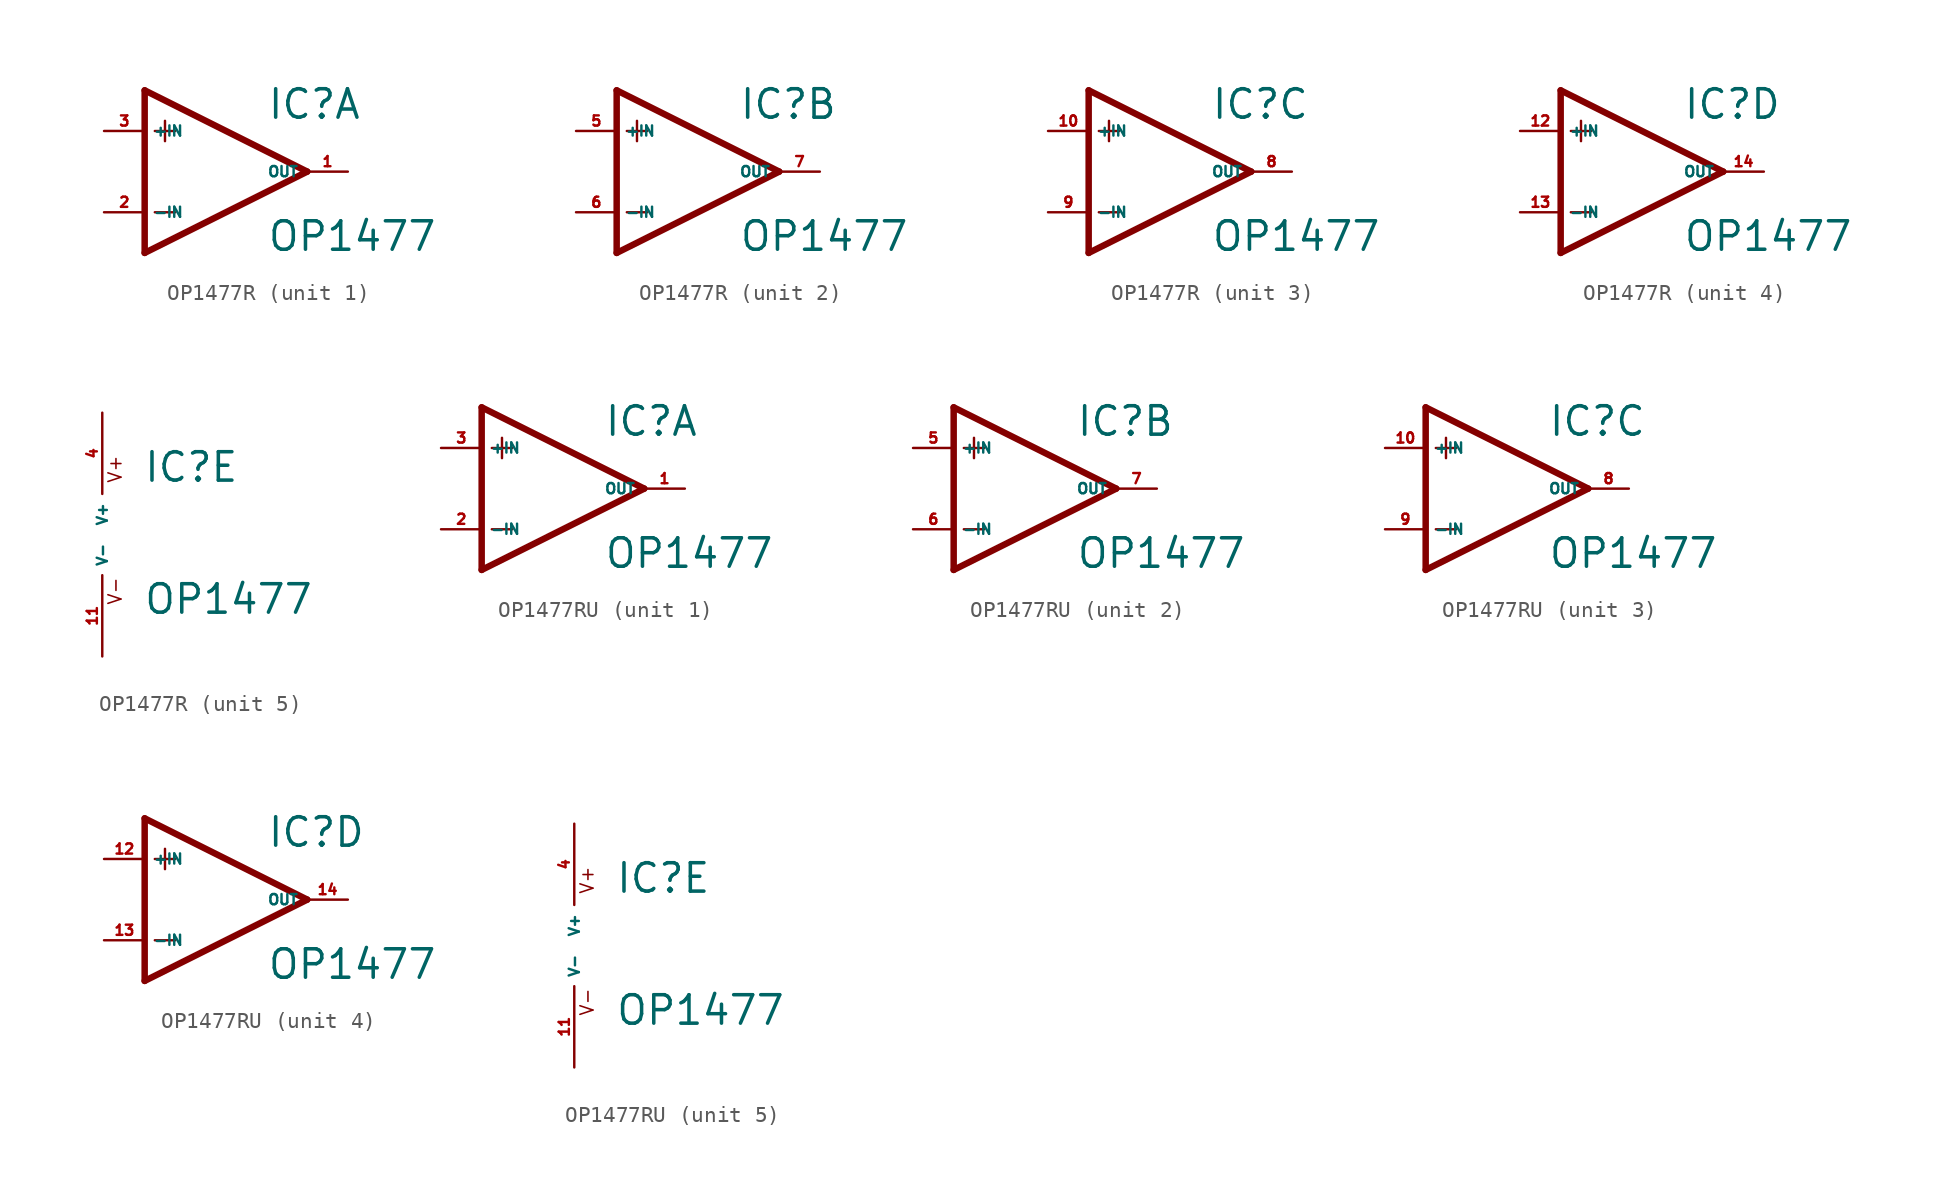
<source format=kicad_sym>
(kicad_symbol_lib
  (version 20220914)
  (generator Eagle2Kicad)
  (symbol "OP1477R"
    (property "Reference" "IC"
      (at 2.54 3.175 0)
      (effects (font (size 1.778 1.778) (thickness 0.22)) (justify left bottom)))
    (property "Value" "OP1477"
      (at 2.54 -5.08 0)
      (effects (font (size 1.778 1.778) (thickness 0.22)) (justify left bottom)))
    (symbol "OP1477R_1_0"
      (polyline (pts (xy -5.08 5.08) (xy -5.08 -5.08)) (stroke (width 0.406) (type default)) (fill (type none)))
      (polyline (pts (xy -5.08 -5.08) (xy 5.08 0)) (stroke (width 0.406) (type default)) (fill (type none)))
      (polyline (pts (xy 5.08 0) (xy -5.08 5.08)) (stroke (width 0.406) (type default)) (fill (type none)))
      (polyline (pts (xy -3.81 3.175) (xy -3.81 1.905)) (stroke (width 0.152) (type default)) (fill (type none)))
      (polyline (pts (xy -4.445 2.54) (xy -3.175 2.54)) (stroke (width 0.152) (type default)) (fill (type none)))
      (polyline (pts (xy -4.445 -2.54) (xy -3.175 -2.54)) (stroke (width 0.152) (type default)) (fill (type none)))
      (pin input line (at -7.62 -2.54 0) (length 2.54) (name "-IN" (effects (font (size 0.635 0.635) (thickness 0.08)) (justify left bottom))) (number "2" (effects (font (size 0.635 0.635) (thickness 0.08)) (justify left bottom))))
      (pin input line (at -7.62 2.54 0) (length 2.54) (name "+IN" (effects (font (size 0.635 0.635) (thickness 0.08)) (justify left bottom))) (number "3" (effects (font (size 0.635 0.635) (thickness 0.08)) (justify left bottom))))
      (pin output line (at 7.62 0 180) (length 2.54) (name "OUT" (effects (font (size 0.635 0.635) (thickness 0.08)) (justify left bottom))) (number "1" (effects (font (size 0.635 0.635) (thickness 0.08)) (justify left bottom)))))
    (symbol "OP1477R_2_0"
      (polyline (pts (xy -5.08 5.08) (xy -5.08 -5.08)) (stroke (width 0.406) (type default)) (fill (type none)))
      (polyline (pts (xy -5.08 -5.08) (xy 5.08 0)) (stroke (width 0.406) (type default)) (fill (type none)))
      (polyline (pts (xy 5.08 0) (xy -5.08 5.08)) (stroke (width 0.406) (type default)) (fill (type none)))
      (polyline (pts (xy -3.81 3.175) (xy -3.81 1.905)) (stroke (width 0.152) (type default)) (fill (type none)))
      (polyline (pts (xy -4.445 2.54) (xy -3.175 2.54)) (stroke (width 0.152) (type default)) (fill (type none)))
      (polyline (pts (xy -4.445 -2.54) (xy -3.175 -2.54)) (stroke (width 0.152) (type default)) (fill (type none)))
      (pin input line (at -7.62 -2.54 0) (length 2.54) (name "-IN" (effects (font (size 0.635 0.635) (thickness 0.08)) (justify left bottom))) (number "6" (effects (font (size 0.635 0.635) (thickness 0.08)) (justify left bottom))))
      (pin input line (at -7.62 2.54 0) (length 2.54) (name "+IN" (effects (font (size 0.635 0.635) (thickness 0.08)) (justify left bottom))) (number "5" (effects (font (size 0.635 0.635) (thickness 0.08)) (justify left bottom))))
      (pin output line (at 7.62 0 180) (length 2.54) (name "OUT" (effects (font (size 0.635 0.635) (thickness 0.08)) (justify left bottom))) (number "7" (effects (font (size 0.635 0.635) (thickness 0.08)) (justify left bottom)))))
    (symbol "OP1477R_3_0"
      (polyline (pts (xy -5.08 5.08) (xy -5.08 -5.08)) (stroke (width 0.406) (type default)) (fill (type none)))
      (polyline (pts (xy -5.08 -5.08) (xy 5.08 0)) (stroke (width 0.406) (type default)) (fill (type none)))
      (polyline (pts (xy 5.08 0) (xy -5.08 5.08)) (stroke (width 0.406) (type default)) (fill (type none)))
      (polyline (pts (xy -3.81 3.175) (xy -3.81 1.905)) (stroke (width 0.152) (type default)) (fill (type none)))
      (polyline (pts (xy -4.445 2.54) (xy -3.175 2.54)) (stroke (width 0.152) (type default)) (fill (type none)))
      (polyline (pts (xy -4.445 -2.54) (xy -3.175 -2.54)) (stroke (width 0.152) (type default)) (fill (type none)))
      (pin input line (at -7.62 -2.54 0) (length 2.54) (name "-IN" (effects (font (size 0.635 0.635) (thickness 0.08)) (justify left bottom))) (number "9" (effects (font (size 0.635 0.635) (thickness 0.08)) (justify left bottom))))
      (pin input line (at -7.62 2.54 0) (length 2.54) (name "+IN" (effects (font (size 0.635 0.635) (thickness 0.08)) (justify left bottom))) (number "10" (effects (font (size 0.635 0.635) (thickness 0.08)) (justify left bottom))))
      (pin output line (at 7.62 0 180) (length 2.54) (name "OUT" (effects (font (size 0.635 0.635) (thickness 0.08)) (justify left bottom))) (number "8" (effects (font (size 0.635 0.635) (thickness 0.08)) (justify left bottom)))))
    (symbol "OP1477R_4_0"
      (polyline (pts (xy -5.08 5.08) (xy -5.08 -5.08)) (stroke (width 0.406) (type default)) (fill (type none)))
      (polyline (pts (xy -5.08 -5.08) (xy 5.08 0)) (stroke (width 0.406) (type default)) (fill (type none)))
      (polyline (pts (xy 5.08 0) (xy -5.08 5.08)) (stroke (width 0.406) (type default)) (fill (type none)))
      (polyline (pts (xy -3.81 3.175) (xy -3.81 1.905)) (stroke (width 0.152) (type default)) (fill (type none)))
      (polyline (pts (xy -4.445 2.54) (xy -3.175 2.54)) (stroke (width 0.152) (type default)) (fill (type none)))
      (polyline (pts (xy -4.445 -2.54) (xy -3.175 -2.54)) (stroke (width 0.152) (type default)) (fill (type none)))
      (pin input line (at -7.62 -2.54 0) (length 2.54) (name "-IN" (effects (font (size 0.635 0.635) (thickness 0.08)) (justify left bottom))) (number "13" (effects (font (size 0.635 0.635) (thickness 0.08)) (justify left bottom))))
      (pin input line (at -7.62 2.54 0) (length 2.54) (name "+IN" (effects (font (size 0.635 0.635) (thickness 0.08)) (justify left bottom))) (number "12" (effects (font (size 0.635 0.635) (thickness 0.08)) (justify left bottom))))
      (pin output line (at 7.62 0 180) (length 2.54) (name "OUT" (effects (font (size 0.635 0.635) (thickness 0.08)) (justify left bottom))) (number "14" (effects (font (size 0.635 0.635) (thickness 0.08)) (justify left bottom)))))
    (symbol "OP1477R_5_0"
      (text "V+" (at 1.27 3.175 900) (effects (font (size 0.813 0.813) (thickness 0.10)) (justify left bottom)))
      (text "V-" (at 1.27 -4.445 900) (effects (font (size 0.813 0.813) (thickness 0.10)) (justify left bottom)))
      (pin unspecified line (at 0 7.62 270) (length 5.08) (name "V+" (effects (font (size 0.635 0.635) (thickness 0.08)) (justify left bottom))) (number "4" (effects (font (size 0.635 0.635) (thickness 0.08)) (justify left bottom))))
      (pin unspecified line (at 0 -7.62 90) (length 5.08) (name "V-" (effects (font (size 0.635 0.635) (thickness 0.08)) (justify left bottom))) (number "11" (effects (font (size 0.635 0.635) (thickness 0.08)) (justify left bottom))))))
  (symbol "OP1477RU"
    (property "Reference" "IC"
      (at 2.54 3.175 0)
      (effects (font (size 1.778 1.778) (thickness 0.22)) (justify left bottom)))
    (property "Value" "OP1477"
      (at 2.54 -5.08 0)
      (effects (font (size 1.778 1.778) (thickness 0.22)) (justify left bottom)))
    (symbol "OP1477RU_1_0"
      (polyline (pts (xy -5.08 5.08) (xy -5.08 -5.08)) (stroke (width 0.406) (type default)) (fill (type none)))
      (polyline (pts (xy -5.08 -5.08) (xy 5.08 0)) (stroke (width 0.406) (type default)) (fill (type none)))
      (polyline (pts (xy 5.08 0) (xy -5.08 5.08)) (stroke (width 0.406) (type default)) (fill (type none)))
      (polyline (pts (xy -3.81 3.175) (xy -3.81 1.905)) (stroke (width 0.152) (type default)) (fill (type none)))
      (polyline (pts (xy -4.445 2.54) (xy -3.175 2.54)) (stroke (width 0.152) (type default)) (fill (type none)))
      (polyline (pts (xy -4.445 -2.54) (xy -3.175 -2.54)) (stroke (width 0.152) (type default)) (fill (type none)))
      (pin input line (at -7.62 -2.54 0) (length 2.54) (name "-IN" (effects (font (size 0.635 0.635) (thickness 0.08)) (justify left bottom))) (number "2" (effects (font (size 0.635 0.635) (thickness 0.08)) (justify left bottom))))
      (pin input line (at -7.62 2.54 0) (length 2.54) (name "+IN" (effects (font (size 0.635 0.635) (thickness 0.08)) (justify left bottom))) (number "3" (effects (font (size 0.635 0.635) (thickness 0.08)) (justify left bottom))))
      (pin output line (at 7.62 0 180) (length 2.54) (name "OUT" (effects (font (size 0.635 0.635) (thickness 0.08)) (justify left bottom))) (number "1" (effects (font (size 0.635 0.635) (thickness 0.08)) (justify left bottom)))))
    (symbol "OP1477RU_2_0"
      (polyline (pts (xy -5.08 5.08) (xy -5.08 -5.08)) (stroke (width 0.406) (type default)) (fill (type none)))
      (polyline (pts (xy -5.08 -5.08) (xy 5.08 0)) (stroke (width 0.406) (type default)) (fill (type none)))
      (polyline (pts (xy 5.08 0) (xy -5.08 5.08)) (stroke (width 0.406) (type default)) (fill (type none)))
      (polyline (pts (xy -3.81 3.175) (xy -3.81 1.905)) (stroke (width 0.152) (type default)) (fill (type none)))
      (polyline (pts (xy -4.445 2.54) (xy -3.175 2.54)) (stroke (width 0.152) (type default)) (fill (type none)))
      (polyline (pts (xy -4.445 -2.54) (xy -3.175 -2.54)) (stroke (width 0.152) (type default)) (fill (type none)))
      (pin input line (at -7.62 -2.54 0) (length 2.54) (name "-IN" (effects (font (size 0.635 0.635) (thickness 0.08)) (justify left bottom))) (number "6" (effects (font (size 0.635 0.635) (thickness 0.08)) (justify left bottom))))
      (pin input line (at -7.62 2.54 0) (length 2.54) (name "+IN" (effects (font (size 0.635 0.635) (thickness 0.08)) (justify left bottom))) (number "5" (effects (font (size 0.635 0.635) (thickness 0.08)) (justify left bottom))))
      (pin output line (at 7.62 0 180) (length 2.54) (name "OUT" (effects (font (size 0.635 0.635) (thickness 0.08)) (justify left bottom))) (number "7" (effects (font (size 0.635 0.635) (thickness 0.08)) (justify left bottom)))))
    (symbol "OP1477RU_3_0"
      (polyline (pts (xy -5.08 5.08) (xy -5.08 -5.08)) (stroke (width 0.406) (type default)) (fill (type none)))
      (polyline (pts (xy -5.08 -5.08) (xy 5.08 0)) (stroke (width 0.406) (type default)) (fill (type none)))
      (polyline (pts (xy 5.08 0) (xy -5.08 5.08)) (stroke (width 0.406) (type default)) (fill (type none)))
      (polyline (pts (xy -3.81 3.175) (xy -3.81 1.905)) (stroke (width 0.152) (type default)) (fill (type none)))
      (polyline (pts (xy -4.445 2.54) (xy -3.175 2.54)) (stroke (width 0.152) (type default)) (fill (type none)))
      (polyline (pts (xy -4.445 -2.54) (xy -3.175 -2.54)) (stroke (width 0.152) (type default)) (fill (type none)))
      (pin input line (at -7.62 -2.54 0) (length 2.54) (name "-IN" (effects (font (size 0.635 0.635) (thickness 0.08)) (justify left bottom))) (number "9" (effects (font (size 0.635 0.635) (thickness 0.08)) (justify left bottom))))
      (pin input line (at -7.62 2.54 0) (length 2.54) (name "+IN" (effects (font (size 0.635 0.635) (thickness 0.08)) (justify left bottom))) (number "10" (effects (font (size 0.635 0.635) (thickness 0.08)) (justify left bottom))))
      (pin output line (at 7.62 0 180) (length 2.54) (name "OUT" (effects (font (size 0.635 0.635) (thickness 0.08)) (justify left bottom))) (number "8" (effects (font (size 0.635 0.635) (thickness 0.08)) (justify left bottom)))))
    (symbol "OP1477RU_4_0"
      (polyline (pts (xy -5.08 5.08) (xy -5.08 -5.08)) (stroke (width 0.406) (type default)) (fill (type none)))
      (polyline (pts (xy -5.08 -5.08) (xy 5.08 0)) (stroke (width 0.406) (type default)) (fill (type none)))
      (polyline (pts (xy 5.08 0) (xy -5.08 5.08)) (stroke (width 0.406) (type default)) (fill (type none)))
      (polyline (pts (xy -3.81 3.175) (xy -3.81 1.905)) (stroke (width 0.152) (type default)) (fill (type none)))
      (polyline (pts (xy -4.445 2.54) (xy -3.175 2.54)) (stroke (width 0.152) (type default)) (fill (type none)))
      (polyline (pts (xy -4.445 -2.54) (xy -3.175 -2.54)) (stroke (width 0.152) (type default)) (fill (type none)))
      (pin input line (at -7.62 -2.54 0) (length 2.54) (name "-IN" (effects (font (size 0.635 0.635) (thickness 0.08)) (justify left bottom))) (number "13" (effects (font (size 0.635 0.635) (thickness 0.08)) (justify left bottom))))
      (pin input line (at -7.62 2.54 0) (length 2.54) (name "+IN" (effects (font (size 0.635 0.635) (thickness 0.08)) (justify left bottom))) (number "12" (effects (font (size 0.635 0.635) (thickness 0.08)) (justify left bottom))))
      (pin output line (at 7.62 0 180) (length 2.54) (name "OUT" (effects (font (size 0.635 0.635) (thickness 0.08)) (justify left bottom))) (number "14" (effects (font (size 0.635 0.635) (thickness 0.08)) (justify left bottom)))))
    (symbol "OP1477RU_5_0"
      (text "V+" (at 1.27 3.175 900) (effects (font (size 0.813 0.813) (thickness 0.10)) (justify left bottom)))
      (text "V-" (at 1.27 -4.445 900) (effects (font (size 0.813 0.813) (thickness 0.10)) (justify left bottom)))
      (pin unspecified line (at 0 7.62 270) (length 5.08) (name "V+" (effects (font (size 0.635 0.635) (thickness 0.08)) (justify left bottom))) (number "4" (effects (font (size 0.635 0.635) (thickness 0.08)) (justify left bottom))))
      (pin unspecified line (at 0 -7.62 90) (length 5.08) (name "V-" (effects (font (size 0.635 0.635) (thickness 0.08)) (justify left bottom))) (number "11" (effects (font (size 0.635 0.635) (thickness 0.08)) (justify left bottom)))))))
</source>
